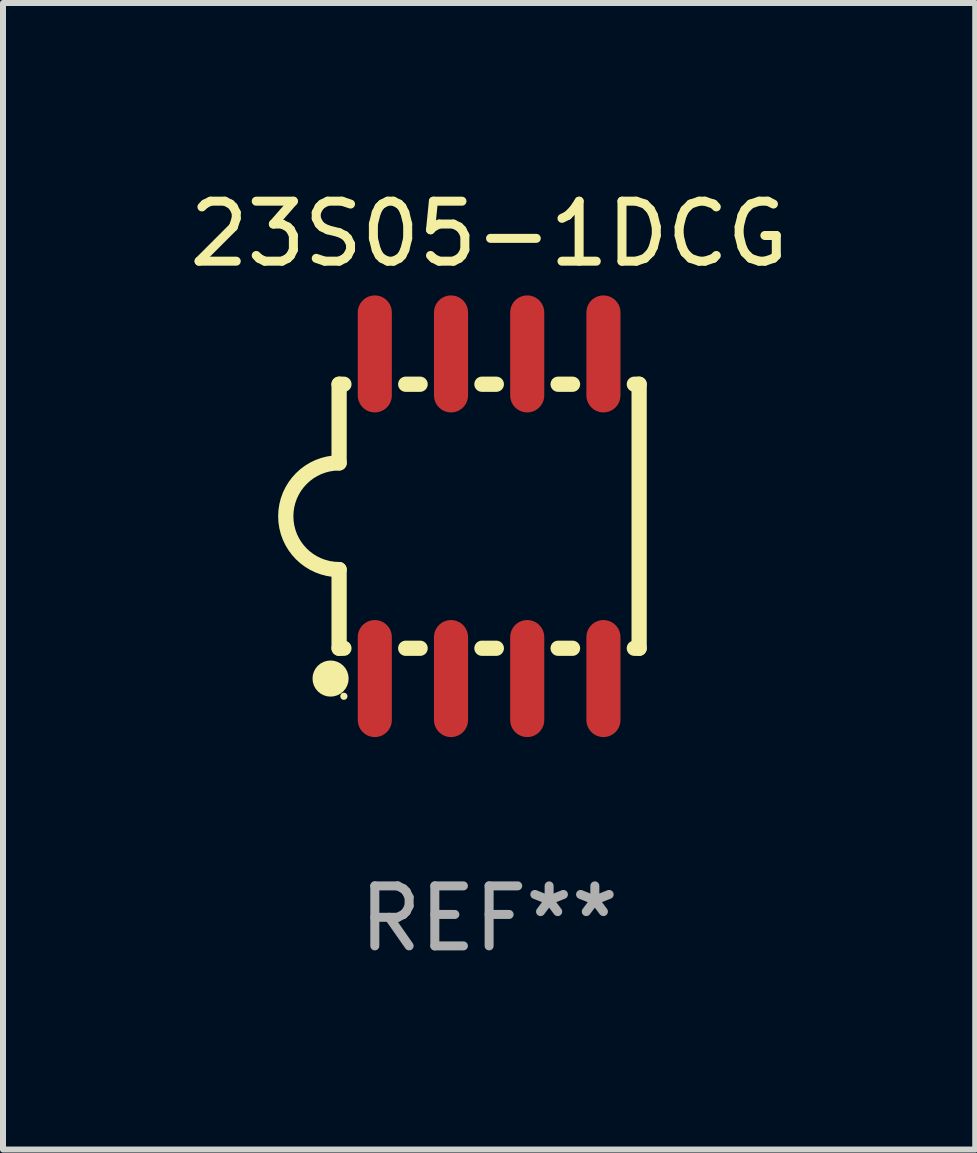
<source format=kicad_pcb>
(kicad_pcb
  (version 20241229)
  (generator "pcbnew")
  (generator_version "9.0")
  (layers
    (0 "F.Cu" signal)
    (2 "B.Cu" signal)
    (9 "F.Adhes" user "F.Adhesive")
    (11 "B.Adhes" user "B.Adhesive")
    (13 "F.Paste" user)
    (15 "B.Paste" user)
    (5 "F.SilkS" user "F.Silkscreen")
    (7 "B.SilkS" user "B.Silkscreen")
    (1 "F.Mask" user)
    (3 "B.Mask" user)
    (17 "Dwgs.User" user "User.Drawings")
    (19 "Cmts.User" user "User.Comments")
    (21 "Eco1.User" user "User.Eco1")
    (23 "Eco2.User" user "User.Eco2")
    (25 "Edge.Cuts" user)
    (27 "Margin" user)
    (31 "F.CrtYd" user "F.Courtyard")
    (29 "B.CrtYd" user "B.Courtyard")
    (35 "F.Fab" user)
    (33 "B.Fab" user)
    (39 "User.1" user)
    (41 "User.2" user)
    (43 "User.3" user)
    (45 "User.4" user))
  (footprint "23S05-1DCG"
    (layer "F.Cu")
    (at 5.101 5.553)
    (property "Reference" "23S05-1DCG" (at 0 -4.705 0) (layer "F.SilkS") (effects (font (size 1 1) (thickness 0.15))))
    (attr through_hole)
    (fp_line (start -2.5 -2.2) (end -2.5 -0.889) (stroke (width 0.254) (type solid)) (layer "F.SilkS"))
    (fp_line (start -2.5 2.2) (end -2.5 0.889) (stroke (width 0.254) (type solid)) (layer "F.SilkS"))
    (fp_line (start -2.42 -2.2) (end -2.5 -2.2) (stroke (width 0.254) (type solid)) (layer "F.SilkS"))
    (fp_line (start -2.42 2.2) (end -2.5 2.2) (stroke (width 0.254) (type solid)) (layer "F.SilkS"))
    (fp_line (start -1.15 -2.2) (end -1.39 -2.2) (stroke (width 0.254) (type solid)) (layer "F.SilkS"))
    (fp_line (start -1.15 2.2) (end -1.39 2.2) (stroke (width 0.254) (type solid)) (layer "F.SilkS"))
    (fp_line (start 0.12 -2.2) (end -0.12 -2.2) (stroke (width 0.254) (type solid)) (layer "F.SilkS"))
    (fp_line (start 0.12 2.2) (end -0.12 2.2) (stroke (width 0.254) (type solid)) (layer "F.SilkS"))
    (fp_line (start 1.39 -2.2) (end 1.15 -2.2) (stroke (width 0.254) (type solid)) (layer "F.SilkS"))
    (fp_line (start 1.39 2.2) (end 1.15 2.2) (stroke (width 0.254) (type solid)) (layer "F.SilkS"))
    (fp_line (start 2.5 -2.2) (end 2.42 -2.2) (stroke (width 0.254) (type solid)) (layer "F.SilkS"))
    (fp_line (start 2.5 -2.2) (end 2.5 2.2) (stroke (width 0.254) (type solid)) (layer "F.SilkS"))
    (fp_line (start 2.5 2.2) (end 2.42 2.2) (stroke (width 0.254) (type solid)) (layer "F.SilkS"))
    (fp_arc (start -2.5 0.889002) (mid -3.388367 -0.000318) (end -2.499365 -0.889002) (stroke (width 0.254001) (type solid)) (layer "F.SilkS"))
    (fp_circle (center -2.642 2.705) (end -2.491 2.705) (stroke (width 0.3) (type solid)) (fill no) (layer "F.SilkS"))
    (fp_circle (center -2.42 3) (end -2.39 3) (stroke (width 0.06) (type solid)) (fill no) (layer "F.SilkS"))
    (fp_text user "REF**" (at 0 6.705 0) (layer "F.Fab") (effects (font (size 1 1) (thickness 0.15))))
    (pad "1" smd oval (at -1.905 2.705) (size 0.568 1.95) (layers "F.Cu" "F.Mask" "F.Paste"))
    (pad "2" smd oval (at -0.635 2.705) (size 0.568 1.95) (layers "F.Cu" "F.Mask" "F.Paste"))
    (pad "3" smd oval (at 0.635 2.705) (size 0.568 1.95) (layers "F.Cu" "F.Mask" "F.Paste"))
    (pad "4" smd oval (at 1.905 2.705) (size 0.568 1.95) (layers "F.Cu" "F.Mask" "F.Paste"))
    (pad "5" smd oval (at 1.905 -2.705) (size 0.568 1.95) (layers "F.Cu" "F.Mask" "F.Paste"))
    (pad "6" smd oval (at 0.635 -2.705) (size 0.568 1.95) (layers "F.Cu" "F.Mask" "F.Paste"))
    (pad "7" smd oval (at -0.635 -2.705) (size 0.568 1.95) (layers "F.Cu" "F.Mask" "F.Paste"))
    (pad "8" smd oval (at -1.905 -2.705) (size 0.568 1.95) (layers "F.Cu" "F.Mask" "F.Paste")))
  (gr_rect
    (start -3 -3)
    (end 13.202 16.107)
    (stroke (width 0.1) (type default))
    (fill no)
    (layer "Edge.Cuts")))
</source>
